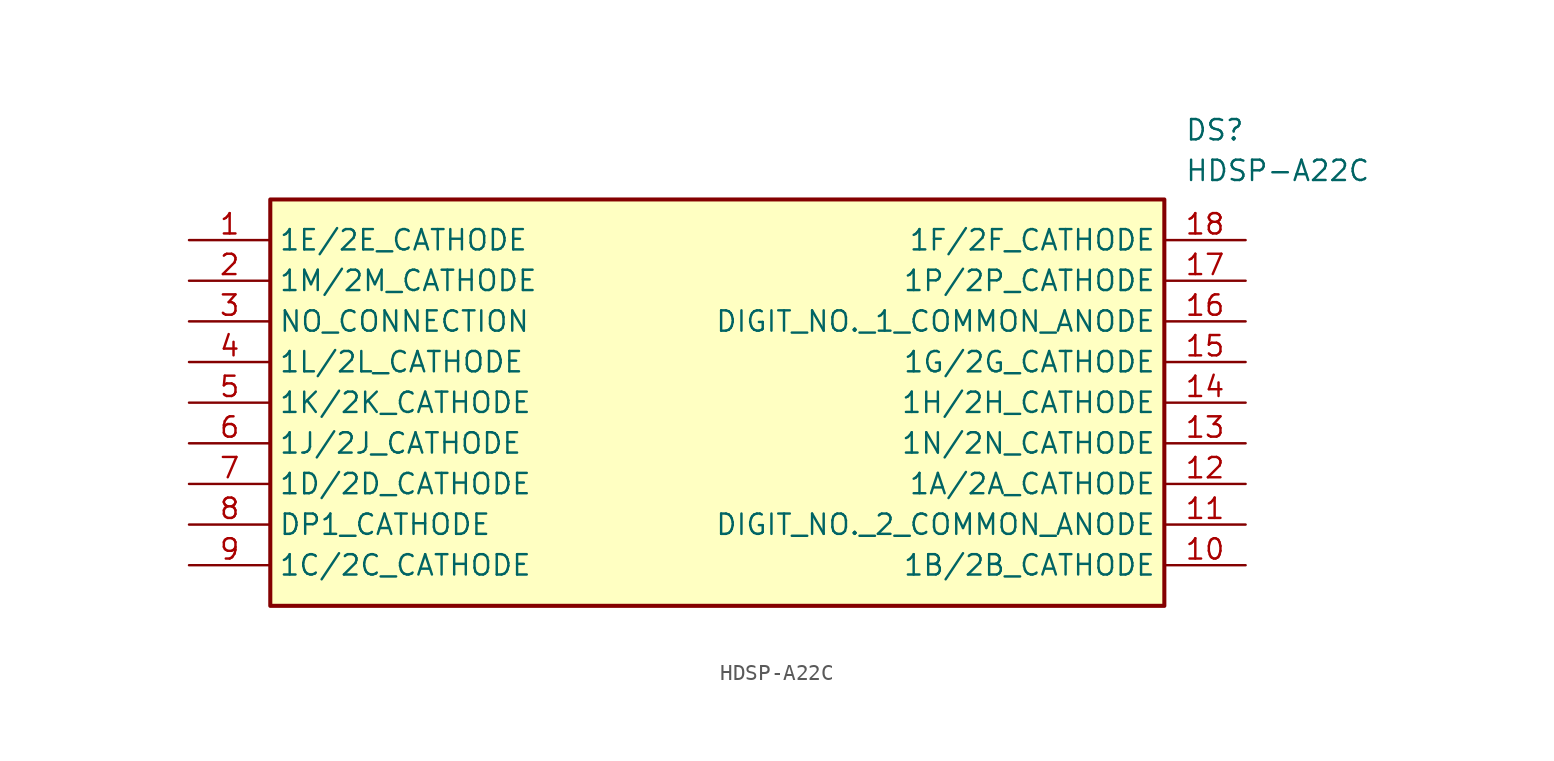
<source format=kicad_sym>
(kicad_symbol_lib
  (version 20220914)
  (generator kicad_symbol_editor)
  (symbol "HDSP-A22C"
    (property "Reference" "DS"
      (at 62.23 7.62 0)
      (effects (font (size 1.27 1.27)) (justify left top)))
    (property "Value" "HDSP-A22C"
      (at 62.23 5.08 0)
      (effects (font (size 1.27 1.27)) (justify left top)))
    (symbol "HDSP-A22C_1_1"
      (rectangle (start 5.08 2.54) (end 60.96 -22.86) (stroke (width 0.254) (type default)) (fill (type background)))
      (pin passive line (at 0 0 0) (length 5.08) (name "1E/2E_CATHODE" (effects (font (size 1.27 1.27)))) (number "1" (effects (font (size 1.27 1.27)))))
      (pin passive line (at 66.04 -20.32 180) (length 5.08) (name "1B/2B_CATHODE" (effects (font (size 1.27 1.27)))) (number "10" (effects (font (size 1.27 1.27)))))
      (pin passive line (at 66.04 -17.78 180) (length 5.08) (name "DIGIT_NO._2_COMMON_ANODE" (effects (font (size 1.27 1.27)))) (number "11" (effects (font (size 1.27 1.27)))))
      (pin passive line (at 66.04 -15.24 180) (length 5.08) (name "1A/2A_CATHODE" (effects (font (size 1.27 1.27)))) (number "12" (effects (font (size 1.27 1.27)))))
      (pin passive line (at 66.04 -12.7 180) (length 5.08) (name "1N/2N_CATHODE" (effects (font (size 1.27 1.27)))) (number "13" (effects (font (size 1.27 1.27)))))
      (pin passive line (at 66.04 -10.16 180) (length 5.08) (name "1H/2H_CATHODE" (effects (font (size 1.27 1.27)))) (number "14" (effects (font (size 1.27 1.27)))))
      (pin passive line (at 66.04 -7.62 180) (length 5.08) (name "1G/2G_CATHODE" (effects (font (size 1.27 1.27)))) (number "15" (effects (font (size 1.27 1.27)))))
      (pin passive line (at 66.04 -5.08 180) (length 5.08) (name "DIGIT_NO._1_COMMON_ANODE" (effects (font (size 1.27 1.27)))) (number "16" (effects (font (size 1.27 1.27)))))
      (pin passive line (at 66.04 -2.54 180) (length 5.08) (name "1P/2P_CATHODE" (effects (font (size 1.27 1.27)))) (number "17" (effects (font (size 1.27 1.27)))))
      (pin passive line (at 66.04 0 180) (length 5.08) (name "1F/2F_CATHODE" (effects (font (size 1.27 1.27)))) (number "18" (effects (font (size 1.27 1.27)))))
      (pin passive line (at 0 -2.54 0) (length 5.08) (name "1M/2M_CATHODE" (effects (font (size 1.27 1.27)))) (number "2" (effects (font (size 1.27 1.27)))))
      (pin passive line (at 0 -5.08 0) (length 5.08) (name "NO_CONNECTION" (effects (font (size 1.27 1.27)))) (number "3" (effects (font (size 1.27 1.27)))))
      (pin passive line (at 0 -7.62 0) (length 5.08) (name "1L/2L_CATHODE" (effects (font (size 1.27 1.27)))) (number "4" (effects (font (size 1.27 1.27)))))
      (pin passive line (at 0 -10.16 0) (length 5.08) (name "1K/2K_CATHODE" (effects (font (size 1.27 1.27)))) (number "5" (effects (font (size 1.27 1.27)))))
      (pin passive line (at 0 -12.7 0) (length 5.08) (name "1J/2J_CATHODE" (effects (font (size 1.27 1.27)))) (number "6" (effects (font (size 1.27 1.27)))))
      (pin passive line (at 0 -15.24 0) (length 5.08) (name "1D/2D_CATHODE" (effects (font (size 1.27 1.27)))) (number "7" (effects (font (size 1.27 1.27)))))
      (pin passive line (at 0 -17.78 0) (length 5.08) (name "DP1_CATHODE" (effects (font (size 1.27 1.27)))) (number "8" (effects (font (size 1.27 1.27)))))
      (pin passive line (at 0 -20.32 0) (length 5.08) (name "1C/2C_CATHODE" (effects (font (size 1.27 1.27)))) (number "9" (effects (font (size 1.27 1.27))))))))
</source>
